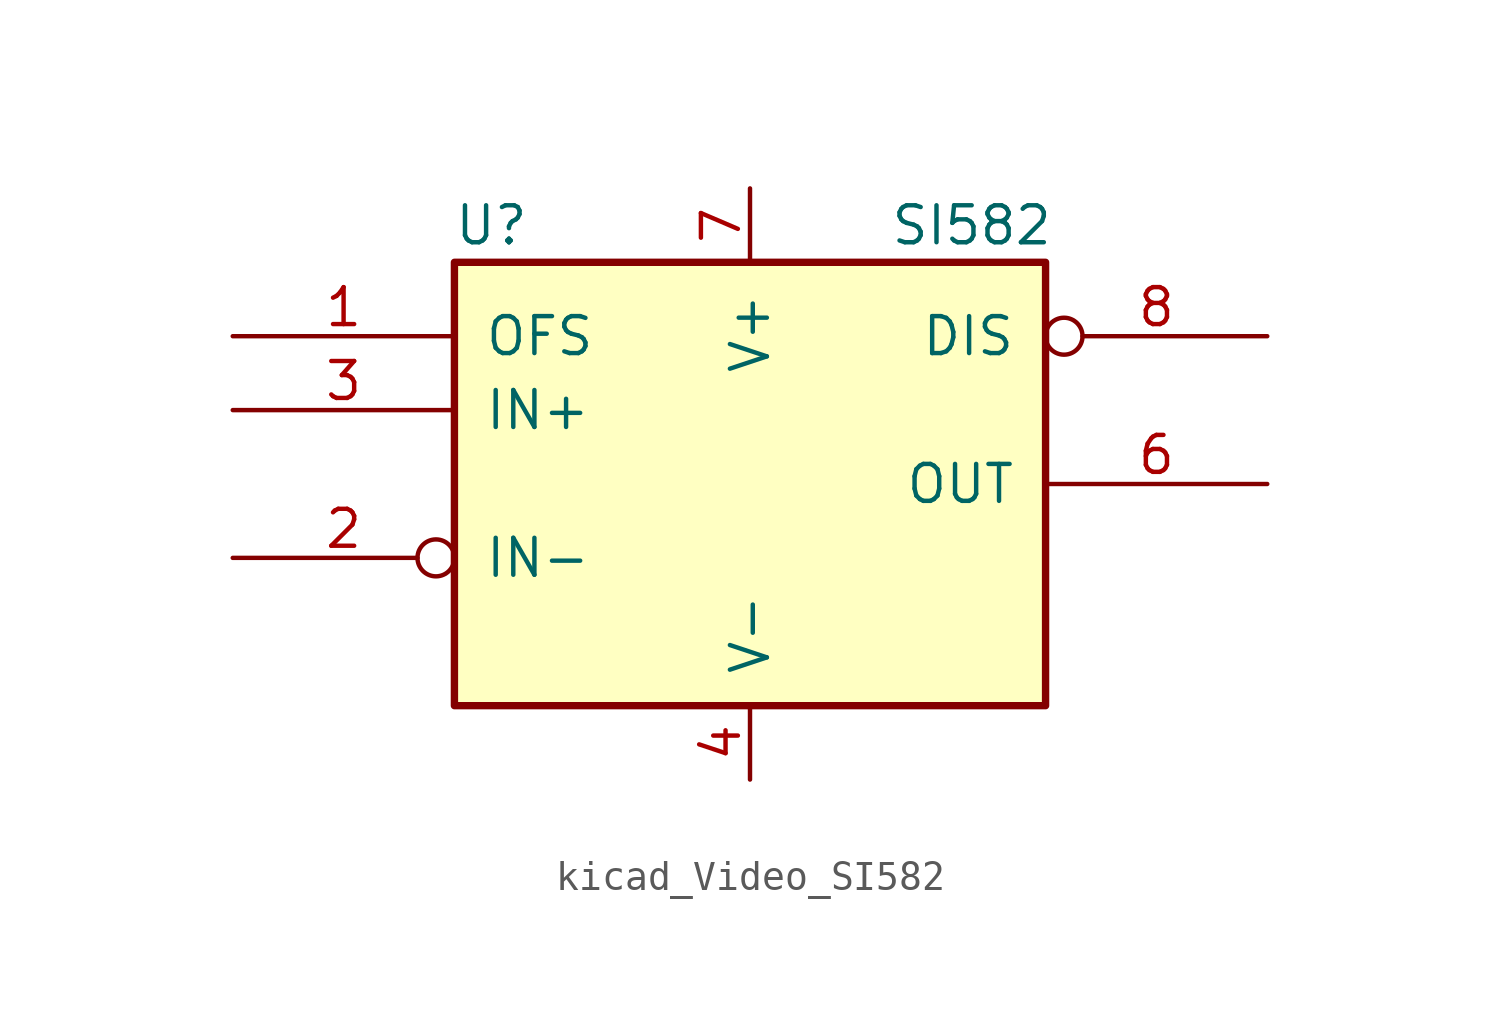
<source format=kicad_sym>
(kicad_symbol_lib
  (version 20220914)
  (generator kicad_symbol_editor)
  (symbol "kicad_Video_SI582"
    (pin_names
      (offset 1.016))
    (property "Reference" "U"
      (at -8.89 8.89 0)
      (effects (font (size 1.27 1.27))))
    (property "Value" "SI582"
      (at 7.62 8.89 0)
      (effects (font (size 1.27 1.27))))
    (symbol "kicad_Video_SI582_0_1"
      (rectangle (start -10.16 -7.62) (end 10.16 7.62) (stroke (width 0.254) (type default)) (fill (type background))))
    (symbol "kicad_Video_SI582_1_1"
      (pin input line (at -17.78 5.08 0) (length 7.62) (name "OFS" (effects (font (size 1.27 1.27)))) (number "1" (effects (font (size 1.27 1.27)))))
      (pin input inverted (at -17.78 -2.54 0) (length 7.62) (name "IN-" (effects (font (size 1.27 1.27)))) (number "2" (effects (font (size 1.27 1.27)))))
      (pin input line (at -17.78 2.54 0) (length 7.62) (name "IN+" (effects (font (size 1.27 1.27)))) (number "3" (effects (font (size 1.27 1.27)))))
      (pin power_in line (at 0 -10.16 90) (length 2.54) (name "V-" (effects (font (size 1.27 1.27)))) (number "4" (effects (font (size 1.27 1.27)))))
      (pin input line (at 17.78 0 180) (length 7.62) (name "OUT" (effects (font (size 1.27 1.27)))) (number "6" (effects (font (size 1.27 1.27)))))
      (pin power_in line (at 0 10.16 270) (length 2.54) (name "V+" (effects (font (size 1.27 1.27)))) (number "7" (effects (font (size 1.27 1.27)))))
      (pin input inverted (at 17.78 5.08 180) (length 7.62) (name "DIS" (effects (font (size 1.27 1.27)))) (number "8" (effects (font (size 1.27 1.27))))))))
</source>
